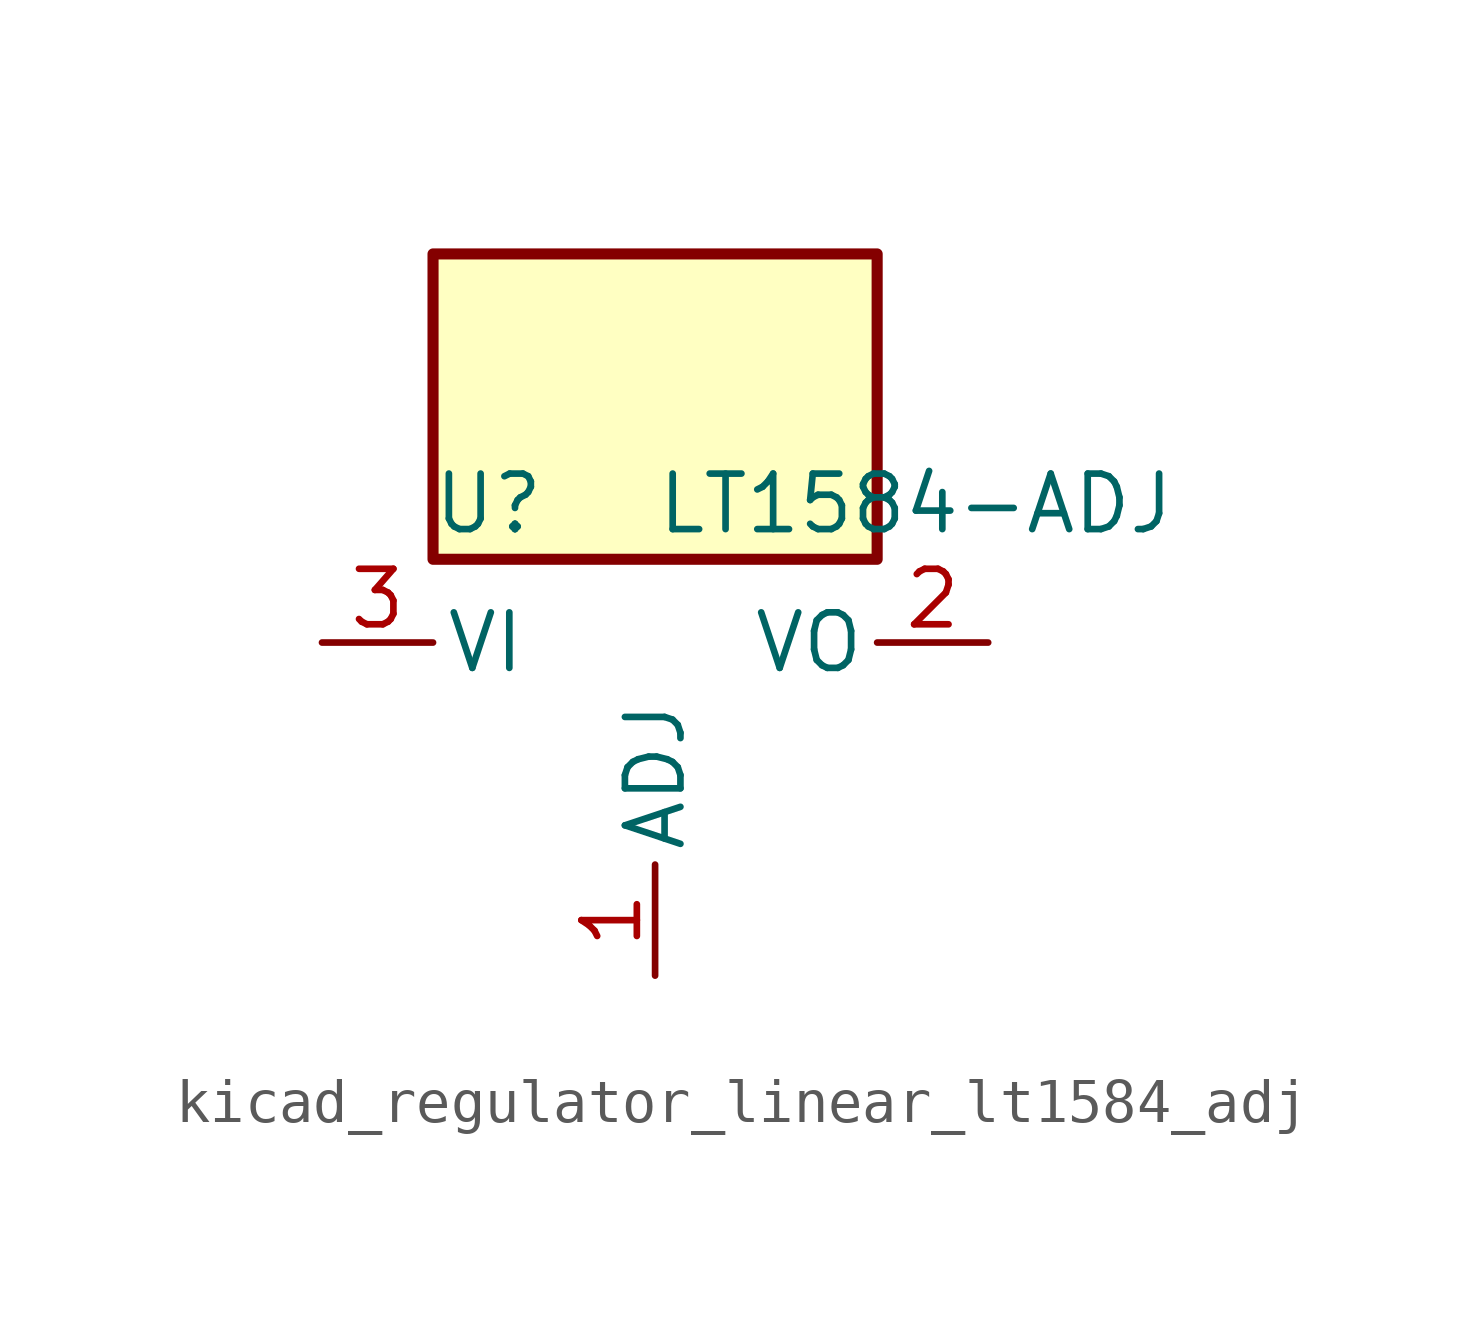
<source format=kicad_sym>
(kicad_symbol_lib
  (version 20220914)
  (generator kicad_symbol_editor)
  (symbol "kicad_regulator_linear_lt1584_adj"
    (pin_names
      (offset 0.254))
    (property "Reference" "U"
      (at -3.81 3.175 0)
      (effects (font (size 1.27 1.27))))
    (property "Value" "LT1584-ADJ"
      (at 0 3.175 0)
      (effects (font (size 1.27 1.27)) (justify left)))
    (symbol "kicad_regulator_linear_lt1584_adj_0_1"
      (rectangle (start 5.08 8.89) (end -5.08 1.905) (stroke (width 0.254) (type default)) (fill (type background))))
    (symbol "kicad_regulator_linear_lt1584_adj_1_1"
      (pin input line (at 0 -7.62 90) (length 2.54) (name "ADJ" (effects (font (size 1.27 1.27)))) (number "1" (effects (font (size 1.27 1.27)))))
      (pin power_out line (at 7.62 0 180) (length 2.54) (name "VO" (effects (font (size 1.27 1.27)))) (number "2" (effects (font (size 1.27 1.27)))))
      (pin power_in line (at -7.62 0 0) (length 2.54) (name "VI" (effects (font (size 1.27 1.27)))) (number "3" (effects (font (size 1.27 1.27))))))))
</source>
